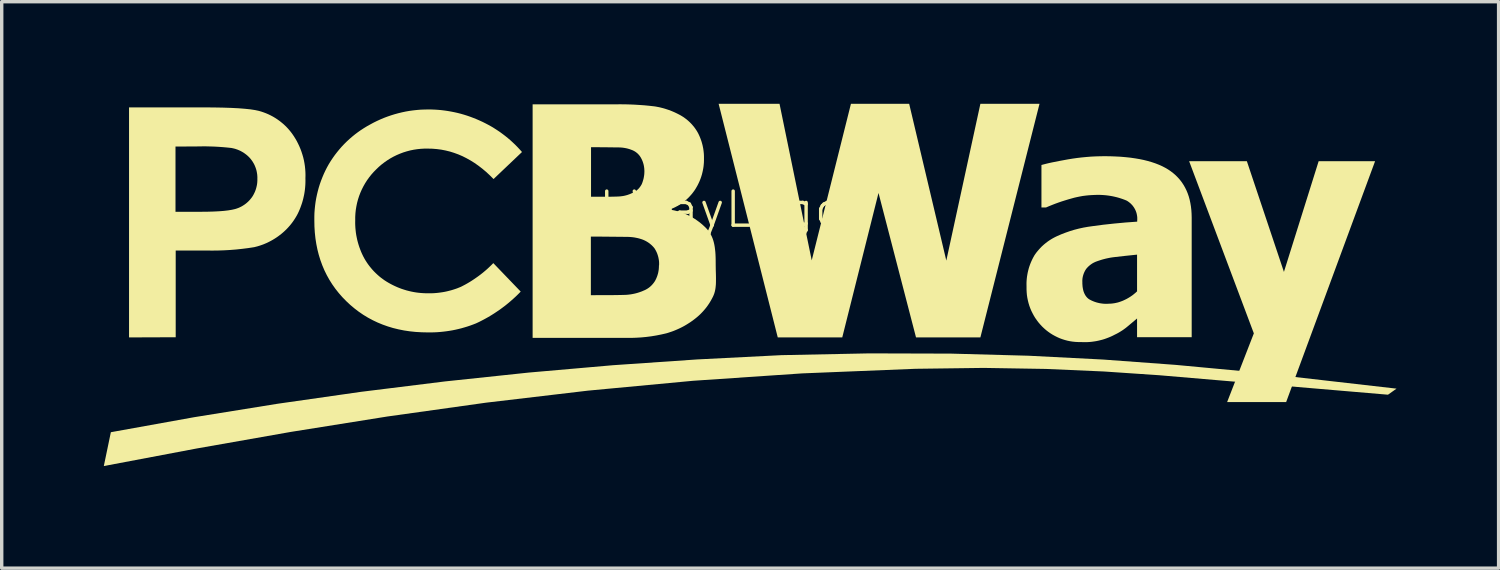
<source format=kicad_pcb>
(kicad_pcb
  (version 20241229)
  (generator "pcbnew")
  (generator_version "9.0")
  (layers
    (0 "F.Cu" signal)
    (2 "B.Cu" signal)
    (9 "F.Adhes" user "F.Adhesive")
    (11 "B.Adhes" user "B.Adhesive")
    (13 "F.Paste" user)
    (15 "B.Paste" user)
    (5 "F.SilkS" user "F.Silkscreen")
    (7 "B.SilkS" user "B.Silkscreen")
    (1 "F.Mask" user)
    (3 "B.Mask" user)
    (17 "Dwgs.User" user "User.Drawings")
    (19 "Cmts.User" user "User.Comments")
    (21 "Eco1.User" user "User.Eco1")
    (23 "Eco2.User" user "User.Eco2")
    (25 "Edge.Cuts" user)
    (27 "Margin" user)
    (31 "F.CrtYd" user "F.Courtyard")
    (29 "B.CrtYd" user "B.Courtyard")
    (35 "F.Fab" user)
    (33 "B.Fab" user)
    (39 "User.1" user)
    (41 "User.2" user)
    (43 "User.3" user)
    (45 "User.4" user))
  (footprint "PcbWayLogo"
    (layer "F.Cu")
    (at 17.228 3.607)
    (property "Reference" "PcbWayLogo" (at 0 -0.5 0) (unlocked yes) (layer "F.SilkS") (effects (font (size 1 1) (thickness 0.1))))
    (attr smd)
    (fp_poly (pts (xy 17.508 5.156) (xy 15.774 5.156) (xy 16.559 3.137) (xy 14.658 -1.921) (xy 16.354 -1.921) (xy 17.443 1.331) (xy 18.463 -1.921) (xy 20.121 -1.921)) (stroke (width 0) (type solid)) (fill yes) (layer "F.SilkS"))
    (fp_poly (pts (xy 3.57 0.992) (xy 4.722 -3.607) (xy 6.433 -3.607) (xy 7.524 0.999) (xy 8.525 -3.607) (xy 10.262 -3.607) (xy 8.525 3.256) (xy 6.634 3.256) (xy 5.532 -0.988) (xy 4.467 3.256) (xy 2.572 3.256) (xy 0.835 -3.607) (xy 2.624 -3.607)) (stroke (width 0) (type solid)) (fill yes) (layer "F.SilkS"))
    (fp_poly (pts (xy 7.663 3.732) (xy 9.94 3.794) (xy 12.127 3.906) (xy 14.262 4.063) (xy 16.385 4.261) (xy 20.751 4.761) (xy 20.5 4.939) (xy 13.779 4.367) (xy 12.154 4.257) (xy 10.451 4.182) (xy 8.622 4.152) (xy 6.616 4.178) (xy 3.288 4.313) (xy 0.085 4.53) (xy -3.005 4.82) (xy -5.996 5.173) (xy -8.9 5.58) (xy -11.732 6.032) (xy -14.503 6.52) (xy -17.228 7.035) (xy -17.021 6.041) (xy -14.579 5.601) (xy -12.129 5.206) (xy -9.673 4.855) (xy -7.212 4.55) (xy -4.745 4.289) (xy -2.273 4.073) (xy 0.202 3.903) (xy 2.681 3.777) (xy 2.681 3.777) (xy 2.681 3.777) (xy 2.681 3.777) (xy 2.681 3.777) (xy 2.681 3.777) (xy 2.681 3.777) (xy 5.256 3.725)) (stroke (width 0) (type solid)) (fill yes) (layer "F.SilkS"))
    (fp_poly (pts (xy -14 -3.5) (xy -13.73 -3.495) (xy -13.486 -3.487) (xy -13.27 -3.476) (xy -13.081 -3.461) (xy -12.918 -3.444) (xy -12.783 -3.423) (xy -12.676 -3.4) (xy -12.603 -3.379) (xy -12.532 -3.355) (xy -12.461 -3.328) (xy -12.393 -3.299) (xy -12.325 -3.266) (xy -12.259 -3.231) (xy -12.195 -3.193) (xy -12.132 -3.152) (xy -12.072 -3.109) (xy -12.013 -3.063) (xy -11.955 -3.015) (xy -11.9 -2.964) (xy -11.847 -2.911) (xy -11.797 -2.856) (xy -11.748 -2.798) (xy -11.702 -2.738) (xy -11.652 -2.666) (xy -11.605 -2.592) (xy -11.561 -2.516) (xy -11.521 -2.438) (xy -11.484 -2.359) (xy -11.45 -2.279) (xy -11.42 -2.197) (xy -11.393 -2.114) (xy -11.369 -2.03) (xy -11.349 -1.946) (xy -11.333 -1.86) (xy -11.32 -1.774) (xy -11.311 -1.687) (xy -11.305 -1.599) (xy -11.303 -1.511) (xy -11.305 -1.423) (xy -11.304 -1.356) (xy -11.305 -1.288) (xy -11.308 -1.22) (xy -11.313 -1.153) (xy -11.32 -1.086) (xy -11.329 -1.019) (xy -11.34 -0.952) (xy -11.354 -0.886) (xy -11.369 -0.82) (xy -11.386 -0.755) (xy -11.405 -0.691) (xy -11.427 -0.627) (xy -11.45 -0.563) (xy -11.475 -0.5) (xy -11.502 -0.438) (xy -11.531 -0.377) (xy -11.557 -0.328) (xy -11.585 -0.28) (xy -11.614 -0.233) (xy -11.644 -0.187) (xy -11.676 -0.141) (xy -11.709 -0.097) (xy -11.743 -0.054) (xy -11.779 -0.012) (xy -11.815 0.029) (xy -11.853 0.069) (xy -11.893 0.108) (xy -11.933 0.146) (xy -11.974 0.182) (xy -12.017 0.218) (xy -12.061 0.252) (xy -12.105 0.285) (xy -12.145 0.313) (xy -12.186 0.34) (xy -12.227 0.366) (xy -12.269 0.391) (xy -12.312 0.415) (xy -12.355 0.438) (xy -12.398 0.46) (xy -12.442 0.481) (xy -12.487 0.5) (xy -12.532 0.519) (xy -12.578 0.536) (xy -12.624 0.552) (xy -12.67 0.567) (xy -12.717 0.581) (xy -12.764 0.593) (xy -12.812 0.605) (xy -12.988 0.632) (xy -13.164 0.654) (xy -13.34 0.673) (xy -13.517 0.687) (xy -13.695 0.697) (xy -13.872 0.703) (xy -14.05 0.705) (xy -14.227 0.703) (xy -15.116 0.703) (xy -15.116 3.251) (xy -16.487 3.256) (xy -16.487 -2.351) (xy -15.122 -2.351) (xy -15.122 -0.435) (xy -14.377 -0.435) (xy -14.183 -0.437) (xy -14.006 -0.442) (xy -13.846 -0.45) (xy -13.703 -0.461) (xy -13.576 -0.476) (xy -13.466 -0.494) (xy -13.373 -0.515) (xy -13.333 -0.527) (xy -13.297 -0.54) (xy -13.265 -0.552) (xy -13.234 -0.566) (xy -13.203 -0.581) (xy -13.172 -0.597) (xy -13.143 -0.615) (xy -13.114 -0.633) (xy -13.086 -0.652) (xy -13.058 -0.673) (xy -13.032 -0.694) (xy -13.006 -0.717) (xy -12.981 -0.74) (xy -12.957 -0.765) (xy -12.934 -0.79) (xy -12.912 -0.817) (xy -12.89 -0.844) (xy -12.87 -0.872) (xy -12.851 -0.901) (xy -12.833 -0.932) (xy -12.817 -0.963) (xy -12.802 -0.994) (xy -12.787 -1.026) (xy -12.775 -1.058) (xy -12.763 -1.091) (xy -12.753 -1.124) (xy -12.744 -1.158) (xy -12.736 -1.192) (xy -12.729 -1.226) (xy -12.724 -1.261) (xy -12.72 -1.296) (xy -12.718 -1.331) (xy -12.716 -1.366) (xy -12.717 -1.401) (xy -12.716 -1.443) (xy -12.718 -1.484) (xy -12.721 -1.526) (xy -12.727 -1.567) (xy -12.734 -1.607) (xy -12.743 -1.648) (xy -12.754 -1.687) (xy -12.767 -1.726) (xy -12.782 -1.765) (xy -12.798 -1.803) (xy -12.816 -1.84) (xy -12.837 -1.876) (xy -12.858 -1.911) (xy -12.882 -1.945) (xy -12.907 -1.979) (xy -12.934 -2.011) (xy -12.961 -2.04) (xy -12.99 -2.068) (xy -13.019 -2.094) (xy -13.05 -2.119) (xy -13.082 -2.143) (xy -13.114 -2.166) (xy -13.148 -2.187) (xy -13.182 -2.206) (xy -13.217 -2.225) (xy -13.253 -2.241) (xy -13.29 -2.257) (xy -13.327 -2.27) (xy -13.365 -2.283) (xy -13.403 -2.293) (xy -13.442 -2.302) (xy -13.481 -2.31) (xy -13.604 -2.323) (xy -13.726 -2.334) (xy -13.849 -2.343) (xy -13.971 -2.35) (xy -14.094 -2.354) (xy -14.217 -2.357) (xy -14.34 -2.357) (xy -14.463 -2.355) (xy -15.122 -2.351) (xy -16.487 -2.351) (xy -16.487 -3.502) (xy -14.298 -3.502)) (stroke (width 0) (type solid)) (fill yes) (layer "F.SilkS"))
    (fp_poly (pts (xy -7.598 -3.44) (xy -7.501 -3.436) (xy -7.404 -3.43) (xy -7.307 -3.421) (xy -7.211 -3.409) (xy -7.116 -3.395) (xy -7.02 -3.378) (xy -6.925 -3.359) (xy -6.831 -3.338) (xy -6.737 -3.314) (xy -6.644 -3.287) (xy -6.552 -3.258) (xy -6.46 -3.226) (xy -6.37 -3.192) (xy -6.28 -3.156) (xy -6.191 -3.117) (xy -6.101 -3.076) (xy -6.013 -3.032) (xy -5.927 -2.987) (xy -5.841 -2.939) (xy -5.757 -2.888) (xy -5.675 -2.835) (xy -5.594 -2.781) (xy -5.515 -2.723) (xy -5.437 -2.664) (xy -5.361 -2.603) (xy -5.286 -2.539) (xy -5.214 -2.473) (xy -5.143 -2.406) (xy -5.074 -2.336) (xy -5.007 -2.264) (xy -4.942 -2.191) (xy -5.778 -1.397) (xy -5.886 -1.505) (xy -5.996 -1.607) (xy -6.108 -1.701) (xy -6.221 -1.788) (xy -6.336 -1.869) (xy -6.453 -1.942) (xy -6.571 -2.008) (xy -6.69 -2.068) (xy -6.811 -2.12) (xy -6.934 -2.165) (xy -7.058 -2.204) (xy -7.184 -2.235) (xy -7.312 -2.26) (xy -7.441 -2.277) (xy -7.572 -2.288) (xy -7.704 -2.291) (xy -7.811 -2.291) (xy -7.916 -2.285) (xy -8.021 -2.274) (xy -8.125 -2.258) (xy -8.228 -2.237) (xy -8.329 -2.21) (xy -8.429 -2.179) (xy -8.527 -2.142) (xy -8.623 -2.101) (xy -8.717 -2.055) (xy -8.809 -2.004) (xy -8.898 -1.948) (xy -8.984 -1.888) (xy -9.068 -1.824) (xy -9.148 -1.755) (xy -9.225 -1.681) (xy -9.299 -1.606) (xy -9.369 -1.527) (xy -9.434 -1.445) (xy -9.495 -1.36) (xy -9.551 -1.272) (xy -9.602 -1.182) (xy -9.649 -1.089) (xy -9.691 -0.994) (xy -9.728 -0.897) (xy -9.76 -0.798) (xy -9.787 -0.697) (xy -9.808 -0.595) (xy -9.825 -0.492) (xy -9.836 -0.388) (xy -9.842 -0.283) (xy -9.842 -0.177) (xy -9.843 -0.105) (xy -9.841 -0.033) (xy -9.837 0.039) (xy -9.83 0.111) (xy -9.822 0.182) (xy -9.811 0.253) (xy -9.797 0.324) (xy -9.782 0.394) (xy -9.764 0.463) (xy -9.744 0.532) (xy -9.722 0.6) (xy -9.697 0.668) (xy -9.671 0.735) (xy -9.642 0.801) (xy -9.611 0.866) (xy -9.577 0.93) (xy -9.542 0.99) (xy -9.505 1.048) (xy -9.466 1.105) (xy -9.425 1.16) (xy -9.382 1.213) (xy -9.338 1.265) (xy -9.291 1.316) (xy -9.243 1.364) (xy -9.193 1.411) (xy -9.141 1.457) (xy -9.088 1.5) (xy -9.033 1.541) (xy -8.977 1.581) (xy -8.919 1.618) (xy -8.86 1.653) (xy -8.799 1.687) (xy -8.735 1.72) (xy -8.67 1.751) (xy -8.605 1.78) (xy -8.538 1.807) (xy -8.471 1.832) (xy -8.402 1.854) (xy -8.334 1.875) (xy -8.264 1.893) (xy -8.195 1.909) (xy -8.124 1.923) (xy -8.053 1.935) (xy -7.982 1.944) (xy -7.911 1.951) (xy -7.839 1.956) (xy -7.767 1.959) (xy -7.695 1.959) (xy -7.633 1.959) (xy -7.571 1.958) (xy -7.51 1.955) (xy -7.449 1.95) (xy -7.387 1.943) (xy -7.326 1.935) (xy -7.266 1.926) (xy -7.205 1.915) (xy -7.145 1.902) (xy -7.085 1.887) (xy -7.026 1.872) (xy -6.967 1.854) (xy -6.908 1.835) (xy -6.85 1.815) (xy -6.793 1.792) (xy -6.736 1.769) (xy -6.67 1.735) (xy -6.604 1.7) (xy -6.54 1.664) (xy -6.476 1.626) (xy -6.414 1.587) (xy -6.352 1.546) (xy -6.291 1.504) (xy -6.23 1.461) (xy -6.171 1.417) (xy -6.113 1.372) (xy -6.056 1.325) (xy -5.999 1.277) (xy -5.944 1.228) (xy -5.89 1.177) (xy -5.837 1.126) (xy -5.785 1.073) (xy -4.98 1.91) (xy -5.052 1.983) (xy -5.124 2.053) (xy -5.199 2.122) (xy -5.275 2.189) (xy -5.352 2.254) (xy -5.431 2.318) (xy -5.512 2.379) (xy -5.593 2.439) (xy -5.677 2.496) (xy -5.761 2.552) (xy -5.847 2.606) (xy -5.934 2.658) (xy -6.022 2.707) (xy -6.112 2.755) (xy -6.202 2.801) (xy -6.294 2.844) (xy -6.379 2.877) (xy -6.464 2.908) (xy -6.55 2.937) (xy -6.637 2.963) (xy -6.724 2.988) (xy -6.812 3.01) (xy -6.9 3.03) (xy -6.989 3.048) (xy -7.078 3.063) (xy -7.168 3.076) (xy -7.258 3.087) (xy -7.348 3.096) (xy -7.438 3.103) (xy -7.529 3.107) (xy -7.62 3.109) (xy -7.711 3.109) (xy -7.891 3.105) (xy -8.066 3.095) (xy -8.238 3.077) (xy -8.406 3.052) (xy -8.57 3.019) (xy -8.73 2.98) (xy -8.885 2.933) (xy -9.037 2.879) (xy -9.185 2.818) (xy -9.328 2.75) (xy -9.468 2.675) (xy -9.603 2.593) (xy -9.735 2.503) (xy -9.862 2.406) (xy -9.986 2.302) (xy -10.105 2.191) (xy -10.219 2.074) (xy -10.325 1.953) (xy -10.424 1.828) (xy -10.516 1.698) (xy -10.6 1.565) (xy -10.677 1.427) (xy -10.747 1.285) (xy -10.809 1.138) (xy -10.864 0.988) (xy -10.912 0.833) (xy -10.952 0.675) (xy -10.985 0.512) (xy -11.011 0.344) (xy -11.029 0.173) (xy -11.04 -0.003) (xy -11.043 -0.182) (xy -11.043 -0.291) (xy -11.04 -0.399) (xy -11.032 -0.507) (xy -11.021 -0.615) (xy -11.007 -0.722) (xy -10.989 -0.828) (xy -10.967 -0.933) (xy -10.942 -1.038) (xy -10.914 -1.142) (xy -10.882 -1.245) (xy -10.846 -1.347) (xy -10.807 -1.447) (xy -10.765 -1.547) (xy -10.719 -1.645) (xy -10.67 -1.741) (xy -10.617 -1.836) (xy -10.561 -1.927) (xy -10.501 -2.017) (xy -10.439 -2.104) (xy -10.374 -2.188) (xy -10.306 -2.271) (xy -10.236 -2.351) (xy -10.163 -2.428) (xy -10.087 -2.503) (xy -10.009 -2.575) (xy -9.928 -2.645) (xy -9.845 -2.712) (xy -9.76 -2.776) (xy -9.673 -2.837) (xy -9.583 -2.895) (xy -9.491 -2.951) (xy -9.397 -3.003) (xy -9.299 -3.056) (xy -9.199 -3.105) (xy -9.098 -3.151) (xy -8.996 -3.194) (xy -8.892 -3.233) (xy -8.787 -3.269) (xy -8.681 -3.302) (xy -8.574 -3.331) (xy -8.467 -3.357) (xy -8.358 -3.38) (xy -8.249 -3.399) (xy -8.139 -3.414) (xy -8.029 -3.426) (xy -7.918 -3.435) (xy -7.806 -3.439) (xy -7.695 -3.441)) (stroke (width 0) (type solid)) (fill yes) (layer "F.SilkS"))
    (fp_poly (pts (xy 12.337 -2.066) (xy 12.496 -2.06) (xy 12.649 -2.052) (xy 12.796 -2.039) (xy 12.938 -2.024) (xy 13.074 -2.004) (xy 13.204 -1.982) (xy 13.329 -1.956) (xy 13.448 -1.926) (xy 13.561 -1.893) (xy 13.668 -1.857) (xy 13.77 -1.817) (xy 13.867 -1.774) (xy 13.957 -1.727) (xy 14.042 -1.677) (xy 14.121 -1.623) (xy 14.195 -1.566) (xy 14.265 -1.505) (xy 14.329 -1.44) (xy 14.389 -1.372) (xy 14.444 -1.3) (xy 14.494 -1.224) (xy 14.539 -1.145) (xy 14.58 -1.062) (xy 14.616 -0.975) (xy 14.647 -0.885) (xy 14.673 -0.791) (xy 14.694 -0.693) (xy 14.711 -0.591) (xy 14.723 -0.486) (xy 14.73 -0.377) (xy 14.733 -0.264) (xy 14.733 3.249) (xy 13.128 3.249) (xy 13.128 2.7) (xy 13.123 2.704) (xy 12.965 2.837) (xy 12.825 2.954) (xy 12.784 2.986) (xy 12.742 3.017) (xy 12.699 3.047) (xy 12.655 3.075) (xy 12.611 3.102) (xy 12.566 3.128) (xy 12.52 3.152) (xy 12.473 3.175) (xy 12.415 3.205) (xy 12.357 3.232) (xy 12.297 3.257) (xy 12.237 3.28) (xy 12.176 3.302) (xy 12.115 3.321) (xy 12.052 3.337) (xy 11.99 3.352) (xy 11.927 3.365) (xy 11.863 3.375) (xy 11.799 3.384) (xy 11.735 3.39) (xy 11.671 3.394) (xy 11.606 3.395) (xy 11.542 3.395) (xy 11.477 3.392) (xy 11.397 3.392) (xy 11.317 3.388) (xy 11.238 3.38) (xy 11.16 3.368) (xy 11.083 3.352) (xy 11.007 3.332) (xy 10.932 3.308) (xy 10.858 3.281) (xy 10.786 3.249) (xy 10.716 3.214) (xy 10.647 3.176) (xy 10.58 3.134) (xy 10.515 3.088) (xy 10.453 3.04) (xy 10.393 2.987) (xy 10.335 2.932) (xy 10.28 2.872) (xy 10.228 2.811) (xy 10.18 2.747) (xy 10.134 2.681) (xy 10.093 2.613) (xy 10.055 2.542) (xy 10.02 2.471) (xy 9.989 2.397) (xy 9.962 2.323) (xy 9.939 2.246) (xy 9.92 2.169) (xy 9.904 2.091) (xy 9.892 2.012) (xy 9.885 1.932) (xy 9.881 1.851) (xy 9.881 1.77) (xy 9.88 1.709) (xy 9.88 1.649) (xy 9.882 1.607) (xy 11.52 1.607) (xy 11.521 1.634) (xy 11.521 1.678) (xy 11.524 1.721) (xy 11.527 1.762) (xy 11.533 1.802) (xy 11.54 1.839) (xy 11.548 1.875) (xy 11.558 1.909) (xy 11.57 1.941) (xy 11.583 1.971) (xy 11.598 2) (xy 11.614 2.027) (xy 11.632 2.052) (xy 11.651 2.075) (xy 11.672 2.097) (xy 11.694 2.116) (xy 11.718 2.134) (xy 11.751 2.152) (xy 11.784 2.169) (xy 11.819 2.185) (xy 11.853 2.199) (xy 11.888 2.212) (xy 11.924 2.224) (xy 11.96 2.234) (xy 11.996 2.243) (xy 12.033 2.251) (xy 12.07 2.257) (xy 12.107 2.262) (xy 12.144 2.266) (xy 12.181 2.268) (xy 12.219 2.269) (xy 12.257 2.268) (xy 12.294 2.266) (xy 12.322 2.265) (xy 12.35 2.264) (xy 12.378 2.262) (xy 12.406 2.259) (xy 12.434 2.255) (xy 12.462 2.251) (xy 12.489 2.246) (xy 12.516 2.24) (xy 12.544 2.234) (xy 12.571 2.227) (xy 12.597 2.219) (xy 12.624 2.21) (xy 12.65 2.201) (xy 12.677 2.191) (xy 12.703 2.181) (xy 12.728 2.17) (xy 12.756 2.157) (xy 12.783 2.144) (xy 12.81 2.131) (xy 12.836 2.117) (xy 12.862 2.102) (xy 12.888 2.087) (xy 12.913 2.071) (xy 12.939 2.055) (xy 12.963 2.038) (xy 12.988 2.021) (xy 13.012 2.003) (xy 13.035 1.984) (xy 13.058 1.965) (xy 13.081 1.946) (xy 13.103 1.926) (xy 13.125 1.905) (xy 13.128 1.906) (xy 13.128 0.824) (xy 12.756 0.863) (xy 12.466 0.896) (xy 12.403 0.904) (xy 12.339 0.914) (xy 12.276 0.927) (xy 12.214 0.94) (xy 12.151 0.956) (xy 12.09 0.973) (xy 12.028 0.993) (xy 11.968 1.013) (xy 11.944 1.022) (xy 11.92 1.03) (xy 11.897 1.04) (xy 11.874 1.051) (xy 11.851 1.062) (xy 11.829 1.074) (xy 11.808 1.087) (xy 11.787 1.101) (xy 11.766 1.116) (xy 11.746 1.131) (xy 11.727 1.147) (xy 11.708 1.164) (xy 11.689 1.181) (xy 11.672 1.199) (xy 11.655 1.218) (xy 11.638 1.237) (xy 11.623 1.259) (xy 11.609 1.281) (xy 11.596 1.304) (xy 11.584 1.328) (xy 11.573 1.352) (xy 11.563 1.376) (xy 11.554 1.401) (xy 11.546 1.426) (xy 11.539 1.451) (xy 11.533 1.476) (xy 11.528 1.502) (xy 11.524 1.528) (xy 11.522 1.554) (xy 11.52 1.581) (xy 11.52 1.607) (xy 9.882 1.607) (xy 9.883 1.588) (xy 9.888 1.528) (xy 9.895 1.468) (xy 9.905 1.408) (xy 9.916 1.349) (xy 9.93 1.29) (xy 9.945 1.232) (xy 9.963 1.174) (xy 9.983 1.117) (xy 10.005 1.061) (xy 10.029 1.006) (xy 10.055 0.951) (xy 10.083 0.897) (xy 10.113 0.844) (xy 10.144 0.799) (xy 10.177 0.754) (xy 10.212 0.712) (xy 10.248 0.67) (xy 10.285 0.629) (xy 10.323 0.59) (xy 10.363 0.553) (xy 10.404 0.517) (xy 10.447 0.482) (xy 10.49 0.449) (xy 10.535 0.417) (xy 10.581 0.387) (xy 10.628 0.358) (xy 10.676 0.331) (xy 10.724 0.306) (xy 10.774 0.282) (xy 10.9 0.227) (xy 11.027 0.178) (xy 11.156 0.133) (xy 11.287 0.093) (xy 11.419 0.059) (xy 11.552 0.03) (xy 11.687 0.006) (xy 11.822 -0.013) (xy 12.132 -0.054) (xy 12.454 -0.089) (xy 12.787 -0.12) (xy 13.132 -0.145) (xy 13.132 -0.173) (xy 13.134 -0.196) (xy 13.134 -0.219) (xy 13.134 -0.241) (xy 13.134 -0.264) (xy 13.132 -0.286) (xy 13.13 -0.308) (xy 13.126 -0.33) (xy 13.122 -0.352) (xy 13.118 -0.374) (xy 13.112 -0.395) (xy 13.106 -0.416) (xy 13.099 -0.437) (xy 13.091 -0.457) (xy 13.082 -0.478) (xy 13.073 -0.498) (xy 13.063 -0.517) (xy 13.052 -0.536) (xy 13.041 -0.555) (xy 13.029 -0.573) (xy 13.016 -0.591) (xy 13.003 -0.609) (xy 12.989 -0.626) (xy 12.974 -0.642) (xy 12.959 -0.658) (xy 12.943 -0.674) (xy 12.927 -0.689) (xy 12.909 -0.703) (xy 12.892 -0.717) (xy 12.874 -0.73) (xy 12.855 -0.743) (xy 12.836 -0.755) (xy 12.816 -0.766) (xy 12.759 -0.789) (xy 12.702 -0.81) (xy 12.645 -0.829) (xy 12.587 -0.847) (xy 12.529 -0.863) (xy 12.47 -0.877) (xy 12.411 -0.89) (xy 12.351 -0.901) (xy 12.292 -0.91) (xy 12.232 -0.918) (xy 12.171 -0.924) (xy 12.111 -0.928) (xy 12.051 -0.931) (xy 11.99 -0.932) (xy 11.929 -0.931) (xy 11.868 -0.929) (xy 11.784 -0.925) (xy 11.699 -0.919) (xy 11.614 -0.91) (xy 11.53 -0.899) (xy 11.447 -0.884) (xy 11.364 -0.867) (xy 11.281 -0.848) (xy 11.199 -0.825) (xy 11.104 -0.798) (xy 11.009 -0.769) (xy 10.914 -0.739) (xy 10.821 -0.707) (xy 10.727 -0.673) (xy 10.635 -0.637) (xy 10.543 -0.6) (xy 10.452 -0.561) (xy 10.319 -0.561) (xy 10.319 -1.81) (xy 10.384 -1.827) (xy 10.458 -1.846) (xy 10.541 -1.866) (xy 10.633 -1.886) (xy 10.845 -1.928) (xy 11.093 -1.974) (xy 11.227 -1.996) (xy 11.361 -2.015) (xy 11.496 -2.031) (xy 11.631 -2.044) (xy 11.766 -2.055) (xy 11.901 -2.062) (xy 12.037 -2.066) (xy 12.173 -2.068)) (stroke (width 0) (type solid)) (fill yes) (layer "F.SilkS"))
    (fp_poly (pts (xy -1.918 -3.592) (xy -1.774 -3.588) (xy -1.631 -3.582) (xy -1.488 -3.573) (xy -1.345 -3.563) (xy -1.202 -3.549) (xy -1.059 -3.533) (xy -1.011 -3.526) (xy -0.964 -3.517) (xy -0.916 -3.508) (xy -0.869 -3.497) (xy -0.822 -3.485) (xy -0.776 -3.473) (xy -0.73 -3.459) (xy -0.684 -3.444) (xy -0.638 -3.429) (xy -0.593 -3.412) (xy -0.548 -3.395) (xy -0.503 -3.376) (xy -0.459 -3.357) (xy -0.415 -3.336) (xy -0.372 -3.315) (xy -0.329 -3.293) (xy -0.286 -3.27) (xy -0.244 -3.245) (xy -0.203 -3.219) (xy -0.164 -3.191) (xy -0.125 -3.163) (xy -0.087 -3.132) (xy -0.051 -3.101) (xy -0.015 -3.068) (xy 0.019 -3.034) (xy 0.052 -2.999) (xy 0.083 -2.962) (xy 0.114 -2.925) (xy 0.143 -2.886) (xy 0.17 -2.846) (xy 0.197 -2.805) (xy 0.221 -2.763) (xy 0.244 -2.719) (xy 0.265 -2.674) (xy 0.285 -2.628) (xy 0.303 -2.582) (xy 0.32 -2.535) (xy 0.336 -2.488) (xy 0.349 -2.44) (xy 0.362 -2.392) (xy 0.372 -2.344) (xy 0.382 -2.295) (xy 0.389 -2.246) (xy 0.395 -2.197) (xy 0.4 -2.147) (xy 0.403 -2.097) (xy 0.404 -2.047) (xy 0.404 -1.998) (xy 0.404 -1.938) (xy 0.402 -1.879) (xy 0.397 -1.82) (xy 0.391 -1.762) (xy 0.382 -1.704) (xy 0.371 -1.646) (xy 0.358 -1.589) (xy 0.344 -1.532) (xy 0.327 -1.476) (xy 0.308 -1.42) (xy 0.287 -1.365) (xy 0.264 -1.311) (xy 0.239 -1.258) (xy 0.212 -1.205) (xy 0.183 -1.154) (xy 0.153 -1.103) (xy 0.121 -1.055) (xy 0.087 -1.009) (xy 0.052 -0.963) (xy 0.014 -0.92) (xy -0.024 -0.878) (xy -0.064 -0.837) (xy -0.106 -0.798) (xy -0.149 -0.761) (xy -0.194 -0.725) (xy -0.24 -0.691) (xy -0.287 -0.659) (xy -0.335 -0.628) (xy -0.385 -0.6) (xy -0.436 -0.573) (xy -0.488 -0.548) (xy -0.541 -0.525) (xy -0.541 -0.489) (xy -0.468 -0.475) (xy -0.396 -0.457) (xy -0.326 -0.437) (xy -0.256 -0.415) (xy -0.187 -0.389) (xy -0.119 -0.361) (xy -0.053 -0.33) (xy 0.012 -0.297) (xy 0.076 -0.261) (xy 0.138 -0.223) (xy 0.199 -0.182) (xy 0.258 -0.139) (xy 0.316 -0.093) (xy 0.372 -0.045) (xy 0.426 0.005) (xy 0.478 0.057) (xy 0.501 0.083) (xy 0.523 0.11) (xy 0.544 0.136) (xy 0.563 0.164) (xy 0.581 0.192) (xy 0.597 0.22) (xy 0.628 0.279) (xy 0.654 0.339) (xy 0.676 0.402) (xy 0.694 0.466) (xy 0.709 0.533) (xy 0.721 0.602) (xy 0.73 0.674) (xy 0.738 0.747) (xy 0.743 0.823) (xy 0.746 0.902) (xy 0.748 0.983) (xy 0.749 1.152) (xy 0.749 1.147) (xy 0.751 1.274) (xy 0.755 1.399) (xy 0.757 1.52) (xy 0.756 1.638) (xy 0.754 1.696) (xy 0.749 1.752) (xy 0.743 1.807) (xy 0.734 1.861) (xy 0.722 1.914) (xy 0.707 1.965) (xy 0.688 2.015) (xy 0.666 2.064) (xy 0.642 2.11) (xy 0.617 2.156) (xy 0.591 2.201) (xy 0.564 2.245) (xy 0.535 2.289) (xy 0.506 2.331) (xy 0.475 2.373) (xy 0.442 2.414) (xy 0.409 2.453) (xy 0.375 2.492) (xy 0.339 2.53) (xy 0.303 2.567) (xy 0.265 2.603) (xy 0.226 2.638) (xy 0.187 2.671) (xy 0.146 2.704) (xy 0.098 2.741) (xy 0.05 2.776) (xy 0.000167 2.811) (xy -0.05 2.843) (xy -0.101 2.875) (xy -0.153 2.906) (xy -0.205 2.935) (xy -0.259 2.963) (xy -0.312 2.989) (xy -0.367 3.014) (xy -0.422 3.038) (xy -0.478 3.061) (xy -0.534 3.082) (xy -0.591 3.101) (xy -0.648 3.12) (xy -0.706 3.137) (xy -0.851 3.17) (xy -0.996 3.199) (xy -1.142 3.223) (xy -1.29 3.242) (xy -1.437 3.256) (xy -1.585 3.265) (xy -1.733 3.27) (xy -1.882 3.269) (xy -4.63 3.269) (xy -4.63 2.015) (xy -2.919 2.015) (xy -2.825 2.015) (xy -2.258 2.013) (xy -2.052 2.01) (xy -1.899 2.006) (xy -1.865 2.004) (xy -1.831 2.001) (xy -1.797 1.997) (xy -1.763 1.993) (xy -1.729 1.988) (xy -1.696 1.982) (xy -1.662 1.975) (xy -1.629 1.968) (xy -1.596 1.96) (xy -1.563 1.951) (xy -1.53 1.941) (xy -1.498 1.931) (xy -1.465 1.919) (xy -1.433 1.908) (xy -1.401 1.895) (xy -1.37 1.881) (xy -1.343 1.87) (xy -1.317 1.858) (xy -1.291 1.844) (xy -1.266 1.83) (xy -1.242 1.814) (xy -1.218 1.798) (xy -1.195 1.78) (xy -1.173 1.762) (xy -1.152 1.742) (xy -1.131 1.722) (xy -1.112 1.701) (xy -1.093 1.679) (xy -1.075 1.656) (xy -1.058 1.633) (xy -1.042 1.609) (xy -1.027 1.584) (xy -1.014 1.558) (xy -1.001 1.532) (xy -0.99 1.506) (xy -0.979 1.479) (xy -0.969 1.452) (xy -0.96 1.424) (xy -0.952 1.397) (xy -0.944 1.369) (xy -0.938 1.341) (xy -0.933 1.313) (xy -0.928 1.284) (xy -0.924 1.256) (xy -0.922 1.227) (xy -0.92 1.198) (xy -0.919 1.169) (xy -0.919 1.14) (xy -0.915 1.139) (xy -0.914 1.106) (xy -0.914 1.073) (xy -0.915 1.041) (xy -0.918 1.008) (xy -0.922 0.976) (xy -0.928 0.944) (xy -0.934 0.912) (xy -0.942 0.88) (xy -0.951 0.849) (xy -0.961 0.818) (xy -0.972 0.787) (xy -0.985 0.757) (xy -0.999 0.727) (xy -1.014 0.698) (xy -1.03 0.67) (xy -1.047 0.642) (xy -1.066 0.618) (xy -1.086 0.595) (xy -1.107 0.573) (xy -1.128 0.552) (xy -1.15 0.532) (xy -1.173 0.513) (xy -1.196 0.494) (xy -1.221 0.476) (xy -1.245 0.46) (xy -1.271 0.444) (xy -1.297 0.429) (xy -1.323 0.415) (xy -1.351 0.402) (xy -1.378 0.39) (xy -1.406 0.379) (xy -1.435 0.369) (xy -1.487 0.353) (xy -1.54 0.339) (xy -1.594 0.328) (xy -1.648 0.318) (xy -1.702 0.311) (xy -1.756 0.306) (xy -1.811 0.303) (xy -1.866 0.302) (xy -2.6 0.295) (xy -2.919 0.295) (xy -2.919 2.015) (xy -4.63 2.015) (xy -4.63 -0.877) (xy -2.914 -0.877) (xy -2.696 -0.877) (xy -2.32 -0.878) (xy -2.182 -0.881) (xy -2.125 -0.883) (xy -2.076 -0.886) (xy -2.053 -0.888) (xy -2.029 -0.891) (xy -2.005 -0.894) (xy -1.982 -0.897) (xy -1.958 -0.901) (xy -1.935 -0.906) (xy -1.912 -0.911) (xy -1.889 -0.917) (xy -1.866 -0.923) (xy -1.843 -0.93) (xy -1.82 -0.938) (xy -1.798 -0.946) (xy -1.776 -0.954) (xy -1.754 -0.963) (xy -1.732 -0.973) (xy -1.71 -0.983) (xy -1.687 -0.993) (xy -1.664 -1.004) (xy -1.643 -1.016) (xy -1.621 -1.029) (xy -1.601 -1.042) (xy -1.581 -1.057) (xy -1.561 -1.073) (xy -1.543 -1.089) (xy -1.525 -1.106) (xy -1.508 -1.124) (xy -1.492 -1.143) (xy -1.477 -1.163) (xy -1.462 -1.183) (xy -1.449 -1.204) (xy -1.436 -1.225) (xy -1.424 -1.247) (xy -1.414 -1.271) (xy -1.405 -1.295) (xy -1.397 -1.319) (xy -1.389 -1.343) (xy -1.382 -1.368) (xy -1.375 -1.392) (xy -1.369 -1.417) (xy -1.364 -1.442) (xy -1.36 -1.467) (xy -1.356 -1.492) (xy -1.352 -1.517) (xy -1.35 -1.542) (xy -1.348 -1.568) (xy -1.347 -1.593) (xy -1.346 -1.619) (xy -1.346 -1.644) (xy -1.347 -1.65) (xy -1.348 -1.672) (xy -1.349 -1.694) (xy -1.351 -1.716) (xy -1.354 -1.738) (xy -1.357 -1.76) (xy -1.361 -1.782) (xy -1.365 -1.804) (xy -1.37 -1.825) (xy -1.376 -1.847) (xy -1.382 -1.868) (xy -1.389 -1.889) (xy -1.396 -1.91) (xy -1.404 -1.93) (xy -1.413 -1.951) (xy -1.422 -1.971) (xy -1.432 -1.991) (xy -1.443 -2.012) (xy -1.454 -2.032) (xy -1.467 -2.052) (xy -1.48 -2.072) (xy -1.494 -2.09) (xy -1.509 -2.108) (xy -1.525 -2.125) (xy -1.541 -2.142) (xy -1.558 -2.157) (xy -1.576 -2.172) (xy -1.595 -2.186) (xy -1.614 -2.2) (xy -1.634 -2.212) (xy -1.654 -2.223) (xy -1.675 -2.234) (xy -1.697 -2.244) (xy -1.721 -2.253) (xy -1.745 -2.262) (xy -1.77 -2.271) (xy -1.794 -2.279) (xy -1.819 -2.286) (xy -1.844 -2.293) (xy -1.869 -2.299) (xy -1.894 -2.304) (xy -1.92 -2.309) (xy -1.945 -2.313) (xy -1.971 -2.317) (xy -1.997 -2.32) (xy -2.022 -2.322) (xy -2.048 -2.324) (xy -2.074 -2.325) (xy -2.1 -2.326) (xy -2.231 -2.327) (xy -2.39 -2.329) (xy -2.577 -2.331) (xy -2.793 -2.332) (xy -2.914 -2.332) (xy -2.914 -0.877) (xy -4.63 -0.877) (xy -4.63 -3.592) (xy -2.205 -3.592) (xy -2.061 -3.593)) (stroke (width 0) (type solid)) (fill yes) (layer "F.SilkS")))
  (gr_rect
    (start -3 -3)
    (end 40.978 13.643)
    (stroke (width 0.1) (type default))
    (fill no)
    (layer "Edge.Cuts")))
</source>
